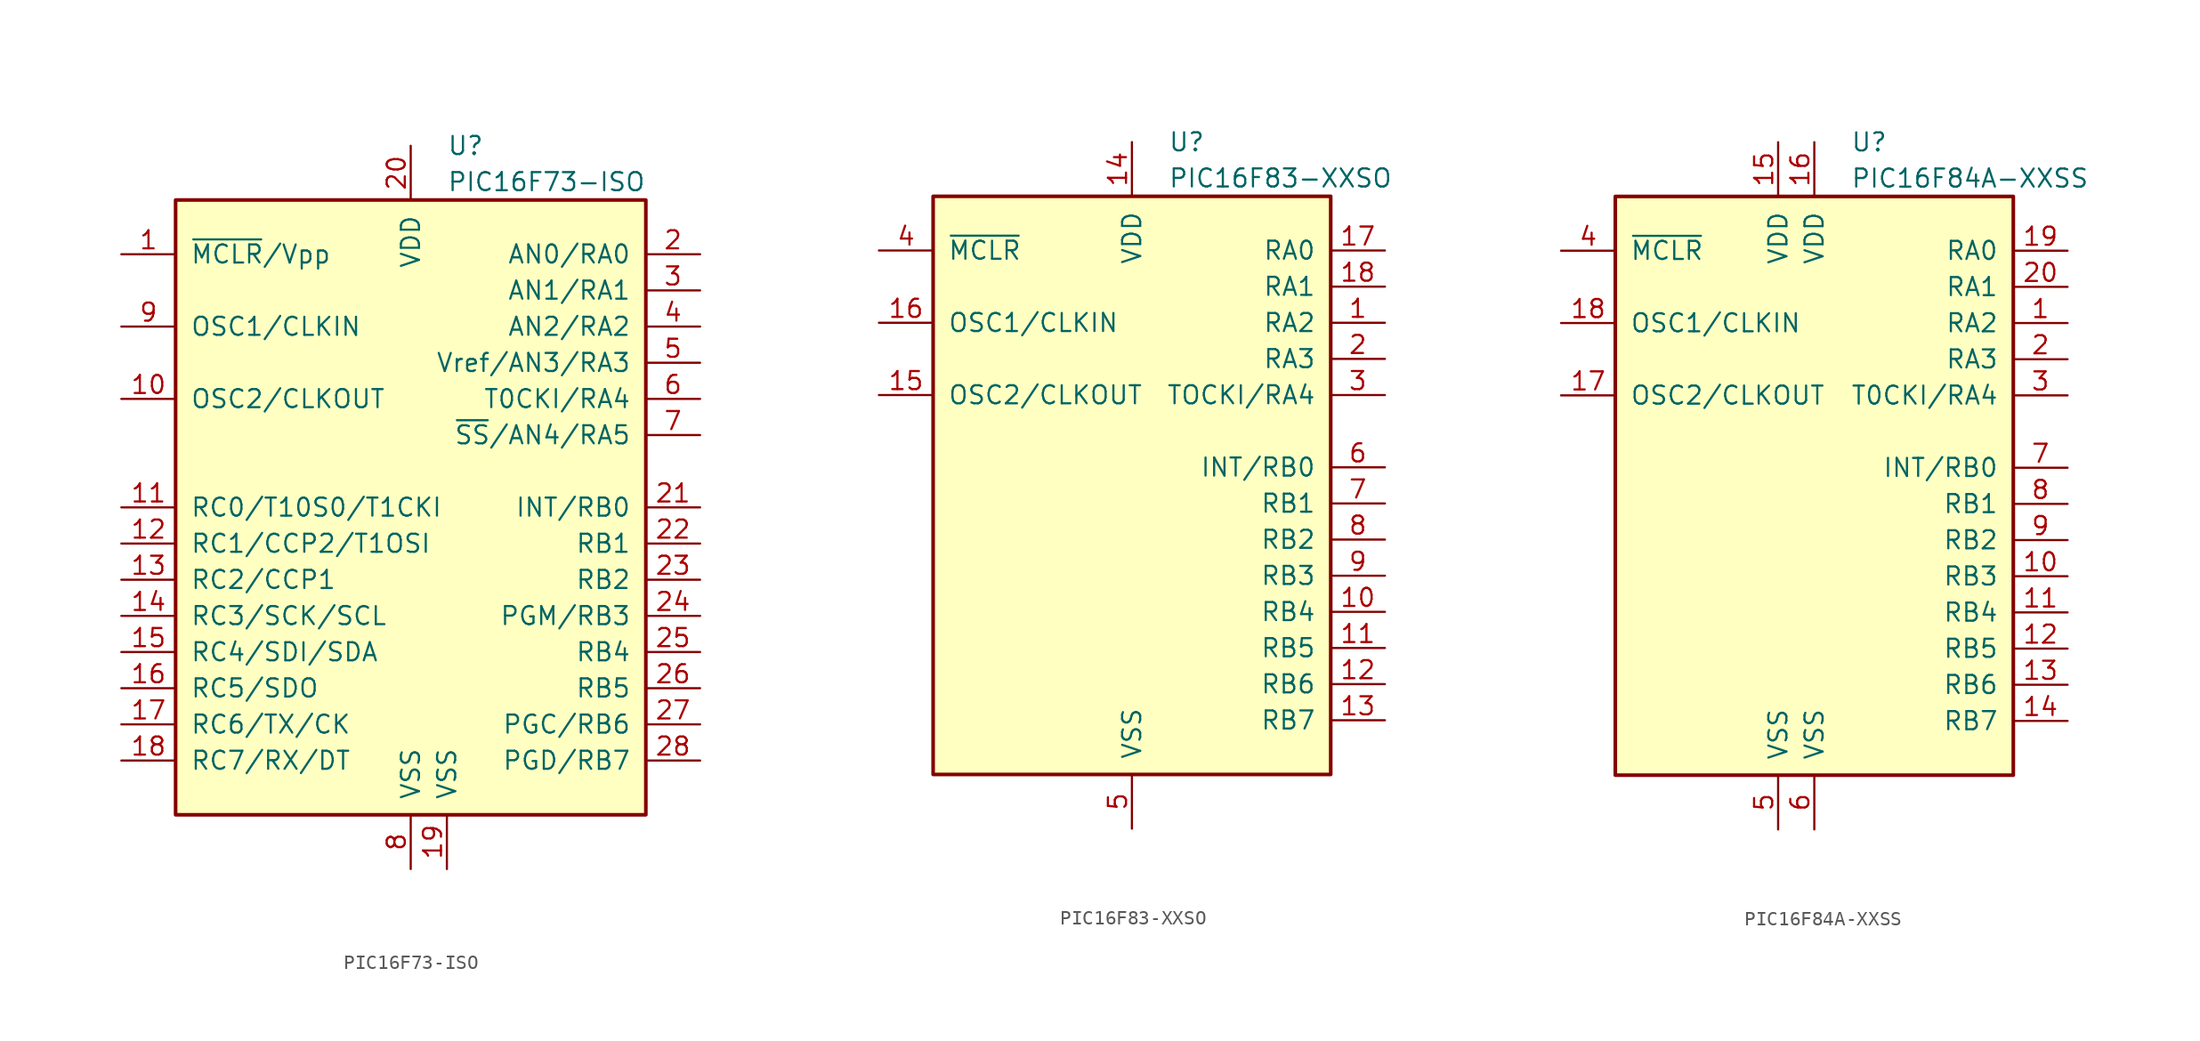
<source format=kicad_sym>
(kicad_symbol_lib
  (version 20201005)
  (generator kicad_symbol_editor)
  (symbol "MCU_Microchip_PIC16:PIC16F73-ISO"
    (pin_names
      (offset 1.016))
    (property "Reference" "U"
      (at 2.54 25.4 0)
      (effects (font (size 1.27 1.27)) (justify left)))
    (property "Value" "PIC16F73-ISO"
      (at 2.54 22.86 0)
      (effects (font (size 1.27 1.27)) (justify left)))
    (symbol "PIC16F73-ISO_0_1"
      (rectangle (start -16.51 -21.59) (end 16.51 21.59) (stroke (width 0.254)) (fill (type background))))
    (symbol "PIC16F73-ISO_1_1"
      (pin input line (at -20.32 17.78 0) (length 3.81) (name "~MCLR~/Vpp" (effects (font (size 1.27 1.27)))) (number "1" (effects (font (size 1.27 1.27)))))
      (pin output line (at -20.32 7.62 0) (length 3.81) (name "OSC2/CLKOUT" (effects (font (size 1.27 1.27)))) (number "10" (effects (font (size 1.27 1.27)))))
      (pin bidirectional line (at -20.32 0 0) (length 3.81) (name "RC0/T10S0/T1CKI" (effects (font (size 1.27 1.27)))) (number "11" (effects (font (size 1.27 1.27)))))
      (pin bidirectional line (at -20.32 -2.54 0) (length 3.81) (name "RC1/CCP2/T1OSI" (effects (font (size 1.27 1.27)))) (number "12" (effects (font (size 1.27 1.27)))))
      (pin bidirectional line (at -20.32 -5.08 0) (length 3.81) (name "RC2/CCP1" (effects (font (size 1.27 1.27)))) (number "13" (effects (font (size 1.27 1.27)))))
      (pin bidirectional line (at -20.32 -7.62 0) (length 3.81) (name "RC3/SCK/SCL" (effects (font (size 1.27 1.27)))) (number "14" (effects (font (size 1.27 1.27)))))
      (pin bidirectional line (at -20.32 -10.16 0) (length 3.81) (name "RC4/SDI/SDA" (effects (font (size 1.27 1.27)))) (number "15" (effects (font (size 1.27 1.27)))))
      (pin bidirectional line (at -20.32 -12.7 0) (length 3.81) (name "RC5/SDO" (effects (font (size 1.27 1.27)))) (number "16" (effects (font (size 1.27 1.27)))))
      (pin bidirectional line (at -20.32 -15.24 0) (length 3.81) (name "RC6/TX/CK" (effects (font (size 1.27 1.27)))) (number "17" (effects (font (size 1.27 1.27)))))
      (pin bidirectional line (at -20.32 -17.78 0) (length 3.81) (name "RC7/RX/DT" (effects (font (size 1.27 1.27)))) (number "18" (effects (font (size 1.27 1.27)))))
      (pin power_in line (at 2.54 -25.4 90) (length 3.81) (name "VSS" (effects (font (size 1.27 1.27)))) (number "19" (effects (font (size 1.27 1.27)))))
      (pin bidirectional line (at 20.32 17.78 180) (length 3.81) (name "AN0/RA0" (effects (font (size 1.27 1.27)))) (number "2" (effects (font (size 1.27 1.27)))))
      (pin power_in line (at 0 25.4 270) (length 3.81) (name "VDD" (effects (font (size 1.27 1.27)))) (number "20" (effects (font (size 1.27 1.27)))))
      (pin bidirectional line (at 20.32 0 180) (length 3.81) (name "INT/RB0" (effects (font (size 1.27 1.27)))) (number "21" (effects (font (size 1.27 1.27)))))
      (pin bidirectional line (at 20.32 -2.54 180) (length 3.81) (name "RB1" (effects (font (size 1.27 1.27)))) (number "22" (effects (font (size 1.27 1.27)))))
      (pin bidirectional line (at 20.32 -5.08 180) (length 3.81) (name "RB2" (effects (font (size 1.27 1.27)))) (number "23" (effects (font (size 1.27 1.27)))))
      (pin bidirectional line (at 20.32 -7.62 180) (length 3.81) (name "PGM/RB3" (effects (font (size 1.27 1.27)))) (number "24" (effects (font (size 1.27 1.27)))))
      (pin bidirectional line (at 20.32 -10.16 180) (length 3.81) (name "RB4" (effects (font (size 1.27 1.27)))) (number "25" (effects (font (size 1.27 1.27)))))
      (pin bidirectional line (at 20.32 -12.7 180) (length 3.81) (name "RB5" (effects (font (size 1.27 1.27)))) (number "26" (effects (font (size 1.27 1.27)))))
      (pin bidirectional line (at 20.32 -15.24 180) (length 3.81) (name "PGC/RB6" (effects (font (size 1.27 1.27)))) (number "27" (effects (font (size 1.27 1.27)))))
      (pin bidirectional line (at 20.32 -17.78 180) (length 3.81) (name "PGD/RB7" (effects (font (size 1.27 1.27)))) (number "28" (effects (font (size 1.27 1.27)))))
      (pin bidirectional line (at 20.32 15.24 180) (length 3.81) (name "AN1/RA1" (effects (font (size 1.27 1.27)))) (number "3" (effects (font (size 1.27 1.27)))))
      (pin bidirectional line (at 20.32 12.7 180) (length 3.81) (name "AN2/RA2" (effects (font (size 1.27 1.27)))) (number "4" (effects (font (size 1.27 1.27)))))
      (pin bidirectional line (at 20.32 10.16 180) (length 3.81) (name "Vref/AN3/RA3" (effects (font (size 1.27 1.27)))) (number "5" (effects (font (size 1.27 1.27)))))
      (pin bidirectional line (at 20.32 7.62 180) (length 3.81) (name "T0CKI/RA4" (effects (font (size 1.27 1.27)))) (number "6" (effects (font (size 1.27 1.27)))))
      (pin bidirectional line (at 20.32 5.08 180) (length 3.81) (name "~SS~/AN4/RA5" (effects (font (size 1.27 1.27)))) (number "7" (effects (font (size 1.27 1.27)))))
      (pin power_in line (at 0 -25.4 90) (length 3.81) (name "VSS" (effects (font (size 1.27 1.27)))) (number "8" (effects (font (size 1.27 1.27)))))
      (pin input line (at -20.32 12.7 0) (length 3.81) (name "OSC1/CLKIN" (effects (font (size 1.27 1.27)))) (number "9" (effects (font (size 1.27 1.27)))))))
  (symbol "MCU_Microchip_PIC16:PIC16F83-XXSO"
    (pin_names
      (offset 1.016))
    (property "Reference" "U"
      (at 2.54 22.86 0)
      (effects (font (size 1.27 1.27)) (justify left)))
    (property "Value" "PIC16F83-XXSO"
      (at 2.54 20.32 0)
      (effects (font (size 1.27 1.27)) (justify left)))
    (symbol "PIC16F83-XXSO_0_1"
      (rectangle (start -13.97 19.05) (end 13.97 -21.59) (stroke (width 0.254)) (fill (type background))))
    (symbol "PIC16F83-XXSO_1_1"
      (pin bidirectional line (at 17.78 10.16 180) (length 3.81) (name "RA2" (effects (font (size 1.27 1.27)))) (number "1" (effects (font (size 1.27 1.27)))))
      (pin bidirectional line (at 17.78 -10.16 180) (length 3.81) (name "RB4" (effects (font (size 1.27 1.27)))) (number "10" (effects (font (size 1.27 1.27)))))
      (pin bidirectional line (at 17.78 -12.7 180) (length 3.81) (name "RB5" (effects (font (size 1.27 1.27)))) (number "11" (effects (font (size 1.27 1.27)))))
      (pin bidirectional line (at 17.78 -15.24 180) (length 3.81) (name "RB6" (effects (font (size 1.27 1.27)))) (number "12" (effects (font (size 1.27 1.27)))))
      (pin bidirectional line (at 17.78 -17.78 180) (length 3.81) (name "RB7" (effects (font (size 1.27 1.27)))) (number "13" (effects (font (size 1.27 1.27)))))
      (pin power_in line (at 0 22.86 270) (length 3.81) (name "VDD" (effects (font (size 1.27 1.27)))) (number "14" (effects (font (size 1.27 1.27)))))
      (pin output line (at -17.78 5.08 0) (length 3.81) (name "OSC2/CLKOUT" (effects (font (size 1.27 1.27)))) (number "15" (effects (font (size 1.27 1.27)))))
      (pin input line (at -17.78 10.16 0) (length 3.81) (name "OSC1/CLKIN" (effects (font (size 1.27 1.27)))) (number "16" (effects (font (size 1.27 1.27)))))
      (pin bidirectional line (at 17.78 15.24 180) (length 3.81) (name "RA0" (effects (font (size 1.27 1.27)))) (number "17" (effects (font (size 1.27 1.27)))))
      (pin bidirectional line (at 17.78 12.7 180) (length 3.81) (name "RA1" (effects (font (size 1.27 1.27)))) (number "18" (effects (font (size 1.27 1.27)))))
      (pin bidirectional line (at 17.78 7.62 180) (length 3.81) (name "RA3" (effects (font (size 1.27 1.27)))) (number "2" (effects (font (size 1.27 1.27)))))
      (pin bidirectional line (at 17.78 5.08 180) (length 3.81) (name "TOCKI/RA4" (effects (font (size 1.27 1.27)))) (number "3" (effects (font (size 1.27 1.27)))))
      (pin input line (at -17.78 15.24 0) (length 3.81) (name "~MCLR~" (effects (font (size 1.27 1.27)))) (number "4" (effects (font (size 1.27 1.27)))))
      (pin power_in line (at 0 -25.4 90) (length 3.81) (name "VSS" (effects (font (size 1.27 1.27)))) (number "5" (effects (font (size 1.27 1.27)))))
      (pin bidirectional line (at 17.78 0 180) (length 3.81) (name "INT/RB0" (effects (font (size 1.27 1.27)))) (number "6" (effects (font (size 1.27 1.27)))))
      (pin bidirectional line (at 17.78 -2.54 180) (length 3.81) (name "RB1" (effects (font (size 1.27 1.27)))) (number "7" (effects (font (size 1.27 1.27)))))
      (pin bidirectional line (at 17.78 -5.08 180) (length 3.81) (name "RB2" (effects (font (size 1.27 1.27)))) (number "8" (effects (font (size 1.27 1.27)))))
      (pin bidirectional line (at 17.78 -7.62 180) (length 3.81) (name "RB3" (effects (font (size 1.27 1.27)))) (number "9" (effects (font (size 1.27 1.27)))))))
  (symbol "MCU_Microchip_PIC16:PIC16F84A-XXSS"
    (pin_names
      (offset 1.016))
    (property "Reference" "U"
      (at 2.54 22.86 0)
      (effects (font (size 1.27 1.27)) (justify left)))
    (property "Value" "PIC16F84A-XXSS"
      (at 2.54 20.32 0)
      (effects (font (size 1.27 1.27)) (justify left)))
    (symbol "PIC16F84A-XXSS_0_1"
      (rectangle (start -13.97 19.05) (end 13.97 -21.59) (stroke (width 0.254)) (fill (type background))))
    (symbol "PIC16F84A-XXSS_1_1"
      (pin bidirectional line (at 17.78 10.16 180) (length 3.81) (name "RA2" (effects (font (size 1.27 1.27)))) (number "1" (effects (font (size 1.27 1.27)))))
      (pin bidirectional line (at 17.78 -7.62 180) (length 3.81) (name "RB3" (effects (font (size 1.27 1.27)))) (number "10" (effects (font (size 1.27 1.27)))))
      (pin bidirectional line (at 17.78 -10.16 180) (length 3.81) (name "RB4" (effects (font (size 1.27 1.27)))) (number "11" (effects (font (size 1.27 1.27)))))
      (pin bidirectional line (at 17.78 -12.7 180) (length 3.81) (name "RB5" (effects (font (size 1.27 1.27)))) (number "12" (effects (font (size 1.27 1.27)))))
      (pin bidirectional line (at 17.78 -15.24 180) (length 3.81) (name "RB6" (effects (font (size 1.27 1.27)))) (number "13" (effects (font (size 1.27 1.27)))))
      (pin bidirectional line (at 17.78 -17.78 180) (length 3.81) (name "RB7" (effects (font (size 1.27 1.27)))) (number "14" (effects (font (size 1.27 1.27)))))
      (pin power_in line (at -2.54 22.86 270) (length 3.81) (name "VDD" (effects (font (size 1.27 1.27)))) (number "15" (effects (font (size 1.27 1.27)))))
      (pin power_in line (at 0 22.86 270) (length 3.81) (name "VDD" (effects (font (size 1.27 1.27)))) (number "16" (effects (font (size 1.27 1.27)))))
      (pin output line (at -17.78 5.08 0) (length 3.81) (name "OSC2/CLKOUT" (effects (font (size 1.27 1.27)))) (number "17" (effects (font (size 1.27 1.27)))))
      (pin input line (at -17.78 10.16 0) (length 3.81) (name "OSC1/CLKIN" (effects (font (size 1.27 1.27)))) (number "18" (effects (font (size 1.27 1.27)))))
      (pin bidirectional line (at 17.78 15.24 180) (length 3.81) (name "RA0" (effects (font (size 1.27 1.27)))) (number "19" (effects (font (size 1.27 1.27)))))
      (pin bidirectional line (at 17.78 7.62 180) (length 3.81) (name "RA3" (effects (font (size 1.27 1.27)))) (number "2" (effects (font (size 1.27 1.27)))))
      (pin bidirectional line (at 17.78 12.7 180) (length 3.81) (name "RA1" (effects (font (size 1.27 1.27)))) (number "20" (effects (font (size 1.27 1.27)))))
      (pin bidirectional line (at 17.78 5.08 180) (length 3.81) (name "T0CKI/RA4" (effects (font (size 1.27 1.27)))) (number "3" (effects (font (size 1.27 1.27)))))
      (pin input line (at -17.78 15.24 0) (length 3.81) (name "~MCLR~" (effects (font (size 1.27 1.27)))) (number "4" (effects (font (size 1.27 1.27)))))
      (pin power_in line (at -2.54 -25.4 90) (length 3.81) (name "VSS" (effects (font (size 1.27 1.27)))) (number "5" (effects (font (size 1.27 1.27)))))
      (pin power_in line (at 0 -25.4 90) (length 3.81) (name "VSS" (effects (font (size 1.27 1.27)))) (number "6" (effects (font (size 1.27 1.27)))))
      (pin bidirectional line (at 17.78 0 180) (length 3.81) (name "INT/RB0" (effects (font (size 1.27 1.27)))) (number "7" (effects (font (size 1.27 1.27)))))
      (pin bidirectional line (at 17.78 -2.54 180) (length 3.81) (name "RB1" (effects (font (size 1.27 1.27)))) (number "8" (effects (font (size 1.27 1.27)))))
      (pin bidirectional line (at 17.78 -5.08 180) (length 3.81) (name "RB2" (effects (font (size 1.27 1.27)))) (number "9" (effects (font (size 1.27 1.27))))))))
</source>
